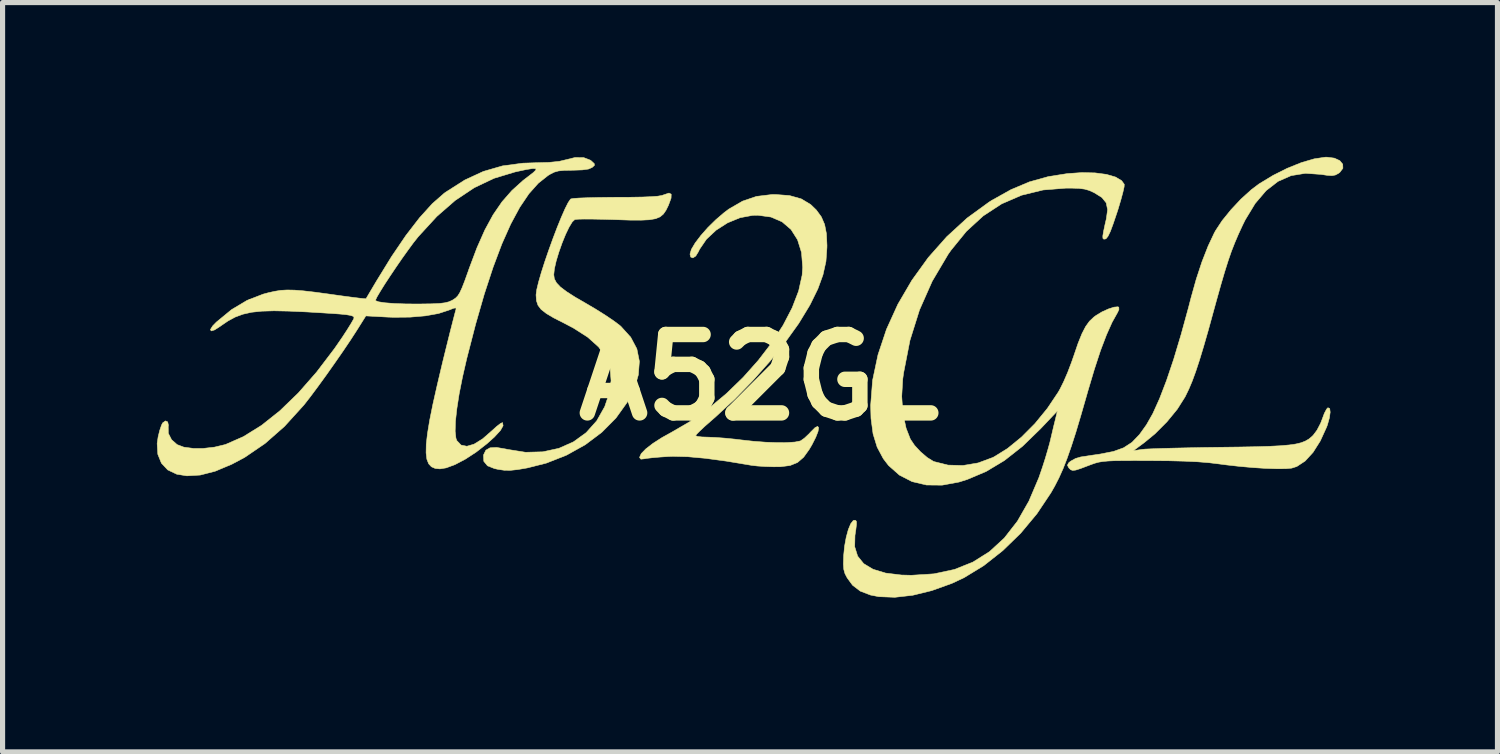
<source format=kicad_pcb>
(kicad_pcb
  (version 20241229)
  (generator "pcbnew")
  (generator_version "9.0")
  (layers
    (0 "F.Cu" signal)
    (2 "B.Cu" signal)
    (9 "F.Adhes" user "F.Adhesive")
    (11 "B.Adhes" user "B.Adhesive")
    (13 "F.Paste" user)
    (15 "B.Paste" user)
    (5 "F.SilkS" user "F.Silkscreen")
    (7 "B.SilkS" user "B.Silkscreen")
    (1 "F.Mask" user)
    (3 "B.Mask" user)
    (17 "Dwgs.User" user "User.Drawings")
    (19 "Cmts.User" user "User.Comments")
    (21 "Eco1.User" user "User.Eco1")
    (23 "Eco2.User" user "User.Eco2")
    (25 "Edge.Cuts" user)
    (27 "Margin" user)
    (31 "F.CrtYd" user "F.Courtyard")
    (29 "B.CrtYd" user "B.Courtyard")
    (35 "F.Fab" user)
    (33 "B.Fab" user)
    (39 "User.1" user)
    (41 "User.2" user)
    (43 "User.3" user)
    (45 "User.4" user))
  (footprint "A52GL"
    (layer "F.Cu")
    (at 11.706 4.287)
    (property "Reference" "A52GL" (at 0 0 0) (layer "F.SilkS") (effects (font (size 1.524 1.524) (thickness 0.3))))
    (attr through_hole)
    (fp_poly (pts (xy -1.708 -3.562) (xy -1.711 -3.484) (xy -1.76 -3.351) (xy -1.762 -3.346) (xy -1.809 -3.25) (xy -1.86 -3.176) (xy -1.924 -3.122) (xy -2.011 -3.086) (xy -2.132 -3.065) (xy -2.294 -3.057) (xy -2.509 -3.058) (xy -2.786 -3.067) (xy -2.812 -3.068) (xy -3.034 -3.074) (xy -3.234 -3.078) (xy -3.4 -3.079) (xy -3.52 -3.076) (xy -3.58 -3.07) (xy -3.581 -3.07) (xy -3.631 -3.024) (xy -3.693 -2.922) (xy -3.761 -2.781) (xy -3.829 -2.614) (xy -3.892 -2.436) (xy -3.944 -2.264) (xy -3.979 -2.111) (xy -3.991 -1.997) (xy -3.98 -1.917) (xy -3.939 -1.84) (xy -3.863 -1.759) (xy -3.743 -1.668) (xy -3.571 -1.558) (xy -3.36 -1.436) (xy -3.172 -1.325) (xy -2.989 -1.21) (xy -2.829 -1.102) (xy -2.71 -1.013) (xy -2.685 -0.991) (xy -2.495 -0.781) (xy -2.376 -0.556) (xy -2.327 -0.313) (xy -2.347 -0.05) (xy -2.405 0.153) (xy -2.563 0.483) (xy -2.783 0.79) (xy -3.058 1.067) (xy -3.38 1.309) (xy -3.743 1.511) (xy -4.137 1.666) (xy -4.505 1.759) (xy -4.691 1.791) (xy -4.832 1.806) (xy -4.951 1.805) (xy -5.074 1.787) (xy -5.143 1.772) (xy -5.279 1.718) (xy -5.351 1.631) (xy -5.357 1.515) (xy -5.354 1.501) (xy -5.311 1.414) (xy -5.23 1.368) (xy -5.103 1.361) (xy -4.922 1.392) (xy -4.892 1.399) (xy -4.54 1.455) (xy -4.204 1.446) (xy -3.891 1.378) (xy -3.608 1.252) (xy -3.361 1.073) (xy -3.156 0.844) (xy -3.001 0.569) (xy -2.919 0.328) (xy -2.877 0.065) (xy -2.895 -0.173) (xy -2.975 -0.391) (xy -3.12 -0.593) (xy -3.331 -0.782) (xy -3.611 -0.961) (xy -3.782 -1.051) (xy -3.989 -1.156) (xy -4.137 -1.244) (xy -4.237 -1.322) (xy -4.297 -1.401) (xy -4.327 -1.489) (xy -4.335 -1.597) (xy -4.335 -1.609) (xy -4.322 -1.706) (xy -4.287 -1.852) (xy -4.234 -2.036) (xy -4.167 -2.246) (xy -4.09 -2.47) (xy -4.008 -2.697) (xy -3.925 -2.915) (xy -3.845 -3.112) (xy -3.772 -3.278) (xy -3.711 -3.399) (xy -3.666 -3.465) (xy -3.659 -3.47) (xy -3.61 -3.479) (xy -3.499 -3.487) (xy -3.338 -3.493) (xy -3.137 -3.498) (xy -2.907 -3.501) (xy -2.776 -3.502) (xy -2.487 -3.503) (xy -2.262 -3.507) (xy -2.093 -3.514) (xy -1.972 -3.523) (xy -1.89 -3.537) (xy -1.841 -3.554) (xy -1.751 -3.584) (xy -1.708 -3.562)) (stroke (width 0.01) (type solid)) (fill yes) (layer "F.SilkS"))
    (fp_poly (pts (xy 0.593 -3.535) (xy 0.818 -3.472) (xy 1.002 -3.362) (xy 1.112 -3.256) (xy 1.21 -3.122) (xy 1.274 -2.974) (xy 1.309 -2.795) (xy 1.32 -2.565) (xy 1.319 -2.522) (xy 1.3 -2.255) (xy 1.242 -1.994) (xy 1.143 -1.722) (xy 0.995 -1.421) (xy 0.976 -1.387) (xy 0.771 -1.05) (xy 0.512 -0.689) (xy 0.212 -0.314) (xy -0.122 0.061) (xy -0.478 0.426) (xy -0.847 0.768) (xy -0.933 0.843) (xy -1.055 0.95) (xy -1.153 1.042) (xy -1.216 1.106) (xy -1.234 1.131) (xy -1.201 1.146) (xy -1.114 1.157) (xy -0.991 1.161) (xy -0.989 1.161) (xy -0.846 1.167) (xy -0.66 1.181) (xy -0.46 1.201) (xy -0.345 1.215) (xy -0.111 1.241) (xy 0.125 1.259) (xy 0.348 1.267) (xy 0.543 1.266) (xy 0.698 1.256) (xy 0.798 1.236) (xy 0.81 1.231) (xy 0.882 1.18) (xy 0.97 1.097) (xy 1.005 1.059) (xy 1.088 0.976) (xy 1.139 0.951) (xy 1.158 0.978) (xy 1.146 1.051) (xy 1.102 1.163) (xy 1.028 1.309) (xy 0.975 1.399) (xy 0.866 1.551) (xy 0.748 1.653) (xy 0.603 1.712) (xy 0.414 1.736) (xy 0.285 1.737) (xy 0.122 1.732) (xy -0.032 1.722) (xy -0.149 1.709) (xy -0.163 1.706) (xy -0.637 1.627) (xy -1.045 1.572) (xy -1.389 1.541) (xy -1.671 1.534) (xy -1.76 1.537) (xy -1.926 1.548) (xy -2.076 1.561) (xy -2.186 1.574) (xy -2.223 1.581) (xy -2.297 1.589) (xy -2.322 1.559) (xy -2.322 1.551) (xy -2.291 1.481) (xy -2.201 1.389) (xy -2.064 1.283) (xy -1.888 1.17) (xy -1.704 1.068) (xy -1.334 0.853) (xy -0.975 0.598) (xy -0.632 0.311) (xy -0.31 -0.001) (xy -0.016 -0.331) (xy 0.245 -0.671) (xy 0.467 -1.014) (xy 0.643 -1.353) (xy 0.769 -1.68) (xy 0.837 -1.987) (xy 0.848 -2.138) (xy 0.825 -2.429) (xy 0.748 -2.676) (xy 0.621 -2.876) (xy 0.447 -3.025) (xy 0.231 -3.118) (xy -0.025 -3.153) (xy -0.123 -3.151) (xy -0.37 -3.105) (xy -0.613 -3.005) (xy -0.836 -2.862) (xy -1.023 -2.687) (xy -1.157 -2.491) (xy -1.181 -2.441) (xy -1.231 -2.36) (xy -1.286 -2.324) (xy -1.328 -2.34) (xy -1.343 -2.397) (xy -1.316 -2.489) (xy -1.242 -2.614) (xy -1.131 -2.76) (xy -0.994 -2.915) (xy -0.84 -3.066) (xy -0.68 -3.203) (xy -0.587 -3.273) (xy -0.321 -3.427) (xy -0.051 -3.519) (xy 0.246 -3.555) (xy 0.317 -3.556) (xy 0.593 -3.535)) (stroke (width 0.01) (type solid)) (fill yes) (layer "F.SilkS"))
    (fp_poly (pts (xy 11.183 -4.263) (xy 11.289 -4.214) (xy 11.346 -4.145) (xy 11.349 -4.066) (xy 11.289 -3.986) (xy 11.263 -3.967) (xy 11.203 -3.935) (xy 11.137 -3.923) (xy 11.042 -3.929) (xy 10.923 -3.947) (xy 10.621 -3.968) (xy 10.343 -3.923) (xy 10.088 -3.811) (xy 9.856 -3.631) (xy 9.644 -3.382) (xy 9.451 -3.064) (xy 9.4 -2.961) (xy 9.32 -2.788) (xy 9.249 -2.622) (xy 9.183 -2.454) (xy 9.119 -2.269) (xy 9.052 -2.057) (xy 8.978 -1.805) (xy 8.893 -1.502) (xy 8.839 -1.306) (xy 8.734 -0.923) (xy 8.642 -0.603) (xy 8.561 -0.336) (xy 8.488 -0.114) (xy 8.42 0.071) (xy 8.354 0.228) (xy 8.287 0.366) (xy 8.281 0.378) (xy 8.13 0.617) (xy 7.929 0.862) (xy 7.697 1.095) (xy 7.493 1.263) (xy 7.275 1.425) (xy 7.439 1.4) (xy 7.512 1.393) (xy 7.649 1.387) (xy 7.839 1.38) (xy 8.074 1.374) (xy 8.344 1.368) (xy 8.641 1.362) (xy 8.944 1.358) (xy 9.333 1.353) (xy 9.655 1.347) (xy 9.92 1.339) (xy 10.134 1.328) (xy 10.303 1.313) (xy 10.436 1.294) (xy 10.539 1.269) (xy 10.62 1.237) (xy 10.686 1.199) (xy 10.744 1.151) (xy 10.772 1.124) (xy 10.846 1.025) (xy 10.916 0.891) (xy 10.947 0.81) (xy 10.989 0.697) (xy 11.032 0.616) (xy 11.058 0.589) (xy 11.093 0.605) (xy 11.102 0.675) (xy 11.087 0.785) (xy 11.049 0.921) (xy 11.034 0.962) (xy 10.91 1.234) (xy 10.769 1.457) (xy 10.615 1.625) (xy 10.454 1.731) (xy 10.355 1.763) (xy 10.237 1.774) (xy 10.061 1.775) (xy 9.843 1.768) (xy 9.597 1.752) (xy 9.338 1.729) (xy 9.081 1.7) (xy 8.944 1.682) (xy 8.747 1.658) (xy 8.526 1.64) (xy 8.269 1.628) (xy 7.963 1.62) (xy 7.598 1.617) (xy 7.584 1.617) (xy 7.301 1.616) (xy 7.08 1.617) (xy 6.91 1.619) (xy 6.782 1.625) (xy 6.683 1.634) (xy 6.604 1.647) (xy 6.533 1.666) (xy 6.461 1.691) (xy 6.4 1.714) (xy 6.252 1.77) (xy 6.156 1.801) (xy 6.096 1.808) (xy 6.057 1.794) (xy 6.022 1.759) (xy 6.02 1.756) (xy 5.994 1.707) (xy 6.018 1.661) (xy 6.054 1.63) (xy 6.153 1.575) (xy 6.253 1.546) (xy 6.347 1.532) (xy 6.483 1.511) (xy 6.634 1.489) (xy 6.639 1.488) (xy 6.889 1.439) (xy 7.086 1.368) (xy 7.249 1.262) (xy 7.395 1.11) (xy 7.531 0.92) (xy 7.655 0.701) (xy 7.785 0.413) (xy 7.921 0.059) (xy 8.061 -0.357) (xy 8.204 -0.834) (xy 8.35 -1.366) (xy 8.398 -1.552) (xy 8.498 -1.909) (xy 8.61 -2.249) (xy 8.729 -2.553) (xy 8.848 -2.806) (xy 8.873 -2.852) (xy 9.002 -3.048) (xy 9.174 -3.26) (xy 9.369 -3.468) (xy 9.569 -3.649) (xy 9.719 -3.762) (xy 9.991 -3.927) (xy 10.27 -4.067) (xy 10.542 -4.176) (xy 10.791 -4.249) (xy 11.004 -4.281) (xy 11.037 -4.282) (xy 11.183 -4.263)) (stroke (width 0.01) (type solid)) (fill yes) (layer "F.SilkS"))
    (fp_poly (pts (xy 6.532 -3.976) (xy 6.753 -3.947) (xy 6.928 -3.896) (xy 7.048 -3.825) (xy 7.099 -3.754) (xy 7.096 -3.703) (xy 7.072 -3.597) (xy 7.032 -3.449) (xy 6.98 -3.274) (xy 6.957 -3.203) (xy 6.885 -2.99) (xy 6.829 -2.839) (xy 6.783 -2.744) (xy 6.746 -2.698) (xy 6.731 -2.691) (xy 6.701 -2.688) (xy 6.684 -2.704) (xy 6.682 -2.749) (xy 6.696 -2.835) (xy 6.725 -2.973) (xy 6.751 -3.085) (xy 6.775 -3.261) (xy 6.748 -3.394) (xy 6.663 -3.499) (xy 6.513 -3.592) (xy 6.418 -3.635) (xy 6.327 -3.661) (xy 6.218 -3.675) (xy 6.07 -3.68) (xy 5.969 -3.68) (xy 5.521 -3.644) (xy 5.103 -3.542) (xy 4.715 -3.374) (xy 4.357 -3.14) (xy 4.03 -2.84) (xy 3.732 -2.474) (xy 3.676 -2.395) (xy 3.366 -1.871) (xy 3.119 -1.313) (xy 2.933 -0.721) (xy 2.81 -0.091) (xy 2.793 0.031) (xy 2.773 0.368) (xy 2.795 0.693) (xy 2.858 0.987) (xy 2.941 1.2) (xy 3.022 1.32) (xy 3.14 1.447) (xy 3.27 1.558) (xy 3.39 1.632) (xy 3.404 1.637) (xy 3.672 1.704) (xy 3.963 1.712) (xy 4.259 1.662) (xy 4.544 1.556) (xy 4.564 1.546) (xy 4.829 1.382) (xy 5.1 1.161) (xy 5.363 0.897) (xy 5.605 0.601) (xy 5.814 0.289) (xy 5.851 0.224) (xy 5.92 0.085) (xy 5.999 -0.097) (xy 6.074 -0.294) (xy 6.117 -0.417) (xy 6.201 -0.663) (xy 6.276 -0.849) (xy 6.348 -0.989) (xy 6.423 -1.093) (xy 6.509 -1.174) (xy 6.55 -1.204) (xy 6.667 -1.275) (xy 6.791 -1.331) (xy 6.899 -1.366) (xy 6.975 -1.373) (xy 6.993 -1.365) (xy 6.995 -1.319) (xy 6.967 -1.259) (xy 6.862 -1.071) (xy 6.753 -0.827) (xy 6.638 -0.525) (xy 6.518 -0.159) (xy 6.389 0.274) (xy 6.369 0.345) (xy 6.257 0.734) (xy 6.159 1.063) (xy 6.07 1.339) (xy 5.988 1.573) (xy 5.909 1.775) (xy 5.829 1.953) (xy 5.745 2.117) (xy 5.673 2.243) (xy 5.401 2.65) (xy 5.086 3.028) (xy 4.737 3.367) (xy 4.367 3.659) (xy 3.984 3.893) (xy 3.747 4.004) (xy 3.357 4.144) (xy 2.985 4.235) (xy 2.64 4.274) (xy 2.33 4.262) (xy 2.165 4.23) (xy 1.967 4.154) (xy 1.818 4.04) (xy 1.713 3.897) (xy 1.67 3.815) (xy 1.647 3.733) (xy 1.639 3.628) (xy 1.644 3.477) (xy 1.644 3.465) (xy 1.662 3.282) (xy 1.694 3.107) (xy 1.735 2.957) (xy 1.782 2.844) (xy 1.83 2.783) (xy 1.851 2.776) (xy 1.879 2.78) (xy 1.893 2.803) (xy 1.893 2.858) (xy 1.881 2.961) (xy 1.864 3.072) (xy 1.859 3.291) (xy 1.916 3.474) (xy 2.034 3.62) (xy 2.215 3.729) (xy 2.458 3.803) (xy 2.764 3.841) (xy 2.963 3.846) (xy 3.4 3.818) (xy 3.797 3.733) (xy 4.156 3.59) (xy 4.479 3.387) (xy 4.767 3.122) (xy 5.022 2.795) (xy 5.245 2.405) (xy 5.439 1.949) (xy 5.51 1.742) (xy 5.564 1.573) (xy 5.612 1.41) (xy 5.649 1.278) (xy 5.66 1.234) (xy 5.691 1.102) (xy 5.728 0.945) (xy 5.749 0.861) (xy 5.8 0.651) (xy 5.473 0.996) (xy 5.12 1.339) (xy 4.769 1.615) (xy 4.414 1.828) (xy 4.048 1.983) (xy 3.886 2.034) (xy 3.558 2.094) (xy 3.253 2.091) (xy 2.974 2.025) (xy 2.727 1.898) (xy 2.517 1.712) (xy 2.415 1.579) (xy 2.295 1.354) (xy 2.216 1.097) (xy 2.176 0.797) (xy 2.169 0.544) (xy 2.207 0.055) (xy 2.312 -0.441) (xy 2.477 -0.936) (xy 2.698 -1.422) (xy 2.971 -1.889) (xy 3.289 -2.33) (xy 3.648 -2.735) (xy 4.044 -3.098) (xy 4.47 -3.408) (xy 4.522 -3.441) (xy 4.894 -3.649) (xy 5.254 -3.801) (xy 5.623 -3.904) (xy 5.99 -3.962) (xy 6.275 -3.982) (xy 6.532 -3.976)) (stroke (width 0.01) (type solid)) (fill yes) (layer "F.SilkS"))
    (fp_poly (pts (xy -3.408 -4.273) (xy -3.277 -4.222) (xy -3.261 -4.209) (xy -3.204 -4.156) (xy -3.2 -4.123) (xy -3.245 -4.082) (xy -3.316 -4.051) (xy -3.436 -4.034) (xy -3.616 -4.028) (xy -3.628 -4.028) (xy -3.788 -4.025) (xy -3.899 -4.014) (xy -3.984 -3.99) (xy -4.066 -3.948) (xy -4.103 -3.925) (xy -4.291 -3.776) (xy -4.475 -3.57) (xy -4.653 -3.306) (xy -4.828 -2.981) (xy -5.001 -2.593) (xy -5.171 -2.141) (xy -5.341 -1.623) (xy -5.51 -1.036) (xy -5.68 -0.378) (xy -5.683 -0.366) (xy -5.765 -0.009) (xy -5.83 0.318) (xy -5.875 0.607) (xy -5.902 0.852) (xy -5.908 1.046) (xy -5.893 1.181) (xy -5.876 1.228) (xy -5.793 1.315) (xy -5.68 1.338) (xy -5.54 1.297) (xy -5.374 1.194) (xy -5.199 1.041) (xy -5.104 0.955) (xy -5.029 0.897) (xy -4.989 0.878) (xy -4.987 0.879) (xy -4.976 0.939) (xy -5.029 1.032) (xy -5.146 1.159) (xy -5.291 1.289) (xy -5.499 1.451) (xy -5.709 1.588) (xy -5.908 1.693) (xy -6.082 1.758) (xy -6.204 1.778) (xy -6.296 1.769) (xy -6.369 1.737) (xy -6.423 1.679) (xy -6.458 1.59) (xy -6.473 1.466) (xy -6.47 1.301) (xy -6.446 1.091) (xy -6.403 0.831) (xy -6.34 0.518) (xy -6.256 0.146) (xy -6.153 -0.29) (xy -6.11 -0.465) (xy -6.052 -0.699) (xy -5.999 -0.912) (xy -5.953 -1.091) (xy -5.918 -1.227) (xy -5.896 -1.309) (xy -5.891 -1.327) (xy -5.893 -1.352) (xy -5.938 -1.345) (xy -6.029 -1.309) (xy -6.231 -1.243) (xy -6.488 -1.197) (xy -6.785 -1.172) (xy -7.106 -1.169) (xy -7.222 -1.173) (xy -7.644 -1.196) (xy -7.82 -0.916) (xy -7.939 -0.732) (xy -8.085 -0.515) (xy -8.247 -0.282) (xy -8.414 -0.045) (xy -8.576 0.178) (xy -8.722 0.374) (xy -8.841 0.527) (xy -8.861 0.55) (xy -9.226 0.952) (xy -9.605 1.285) (xy -10.001 1.555) (xy -10.251 1.688) (xy -10.575 1.824) (xy -10.865 1.898) (xy -11.124 1.913) (xy -11.321 1.881) (xy -11.495 1.798) (xy -11.618 1.667) (xy -11.688 1.494) (xy -11.701 1.285) (xy -11.682 1.154) (xy -11.651 1.029) (xy -11.616 0.927) (xy -11.594 0.884) (xy -11.539 0.845) (xy -11.496 0.865) (xy -11.482 0.93) (xy -11.486 0.956) (xy -11.484 1.086) (xy -11.421 1.21) (xy -11.313 1.306) (xy -11.183 1.355) (xy -11.004 1.379) (xy -10.798 1.379) (xy -10.586 1.355) (xy -10.386 1.307) (xy -10.369 1.302) (xy -10.025 1.151) (xy -9.672 0.932) (xy -9.315 0.648) (xy -8.957 0.302) (xy -8.602 -0.103) (xy -8.252 -0.563) (xy -8.097 -0.788) (xy -8.007 -0.926) (xy -7.935 -1.042) (xy -7.888 -1.124) (xy -7.874 -1.156) (xy -7.879 -1.176) (xy -7.901 -1.193) (xy -7.947 -1.207) (xy -8.025 -1.22) (xy -8.145 -1.232) (xy -8.313 -1.244) (xy -8.538 -1.258) (xy -8.787 -1.273) (xy -9.139 -1.289) (xy -9.429 -1.295) (xy -9.667 -1.288) (xy -9.866 -1.267) (xy -10.034 -1.229) (xy -10.183 -1.174) (xy -10.322 -1.099) (xy -10.463 -1.003) (xy -10.475 -0.994) (xy -10.586 -0.923) (xy -10.651 -0.904) (xy -10.665 -0.932) (xy -10.622 -1.001) (xy -10.55 -1.075) (xy -10.256 -1.317) (xy -9.961 -1.493) (xy -7.456 -1.493) (xy -7.396 -1.47) (xy -7.272 -1.451) (xy -7.093 -1.437) (xy -6.87 -1.429) (xy -6.609 -1.427) (xy -6.568 -1.428) (xy -6.362 -1.431) (xy -6.213 -1.438) (xy -6.108 -1.451) (xy -6.031 -1.47) (xy -5.968 -1.498) (xy -5.951 -1.508) (xy -5.9 -1.542) (xy -5.858 -1.584) (xy -5.818 -1.647) (xy -5.774 -1.742) (xy -5.72 -1.881) (xy -5.65 -2.076) (xy -5.64 -2.106) (xy -5.485 -2.518) (xy -5.331 -2.866) (xy -5.17 -3.162) (xy -4.997 -3.414) (xy -4.805 -3.633) (xy -4.588 -3.829) (xy -4.486 -3.907) (xy -4.388 -3.983) (xy -4.338 -4.033) (xy -4.342 -4.059) (xy -4.402 -4.061) (xy -4.523 -4.042) (xy -4.71 -4.002) (xy -4.745 -3.994) (xy -5.152 -3.871) (xy -5.537 -3.688) (xy -5.906 -3.442) (xy -6.264 -3.13) (xy -6.614 -2.749) (xy -6.63 -2.731) (xy -6.718 -2.62) (xy -6.823 -2.477) (xy -6.939 -2.315) (xy -7.058 -2.142) (xy -7.173 -1.971) (xy -7.278 -1.811) (xy -7.364 -1.673) (xy -7.426 -1.568) (xy -7.456 -1.505) (xy -7.456 -1.493) (xy -9.961 -1.493) (xy -9.958 -1.496) (xy -9.641 -1.619) (xy -9.541 -1.646) (xy -9.415 -1.674) (xy -9.297 -1.693) (xy -9.173 -1.7) (xy -9.03 -1.697) (xy -8.857 -1.683) (xy -8.64 -1.658) (xy -8.366 -1.621) (xy -8.304 -1.612) (xy -8.096 -1.583) (xy -7.914 -1.559) (xy -7.77 -1.541) (xy -7.675 -1.531) (xy -7.641 -1.53) (xy -7.62 -1.565) (xy -7.571 -1.648) (xy -7.501 -1.766) (xy -7.44 -1.869) (xy -7.144 -2.35) (xy -6.864 -2.762) (xy -6.6 -3.104) (xy -6.353 -3.377) (xy -6.122 -3.58) (xy -6.088 -3.604) (xy -5.722 -3.837) (xy -5.361 -4.004) (xy -4.989 -4.112) (xy -4.593 -4.165) (xy -4.353 -4.173) (xy -4.085 -4.18) (xy -3.886 -4.2) (xy -3.774 -4.227) (xy -3.578 -4.275) (xy -3.408 -4.273)) (stroke (width 0.01) (type solid)) (fill yes) (layer "F.SilkS")))
  (gr_rect
    (start -3 -3)
    (end 26.06 11.566)
    (stroke (width 0.1) (type default))
    (fill no)
    (layer "Edge.Cuts")))
</source>
